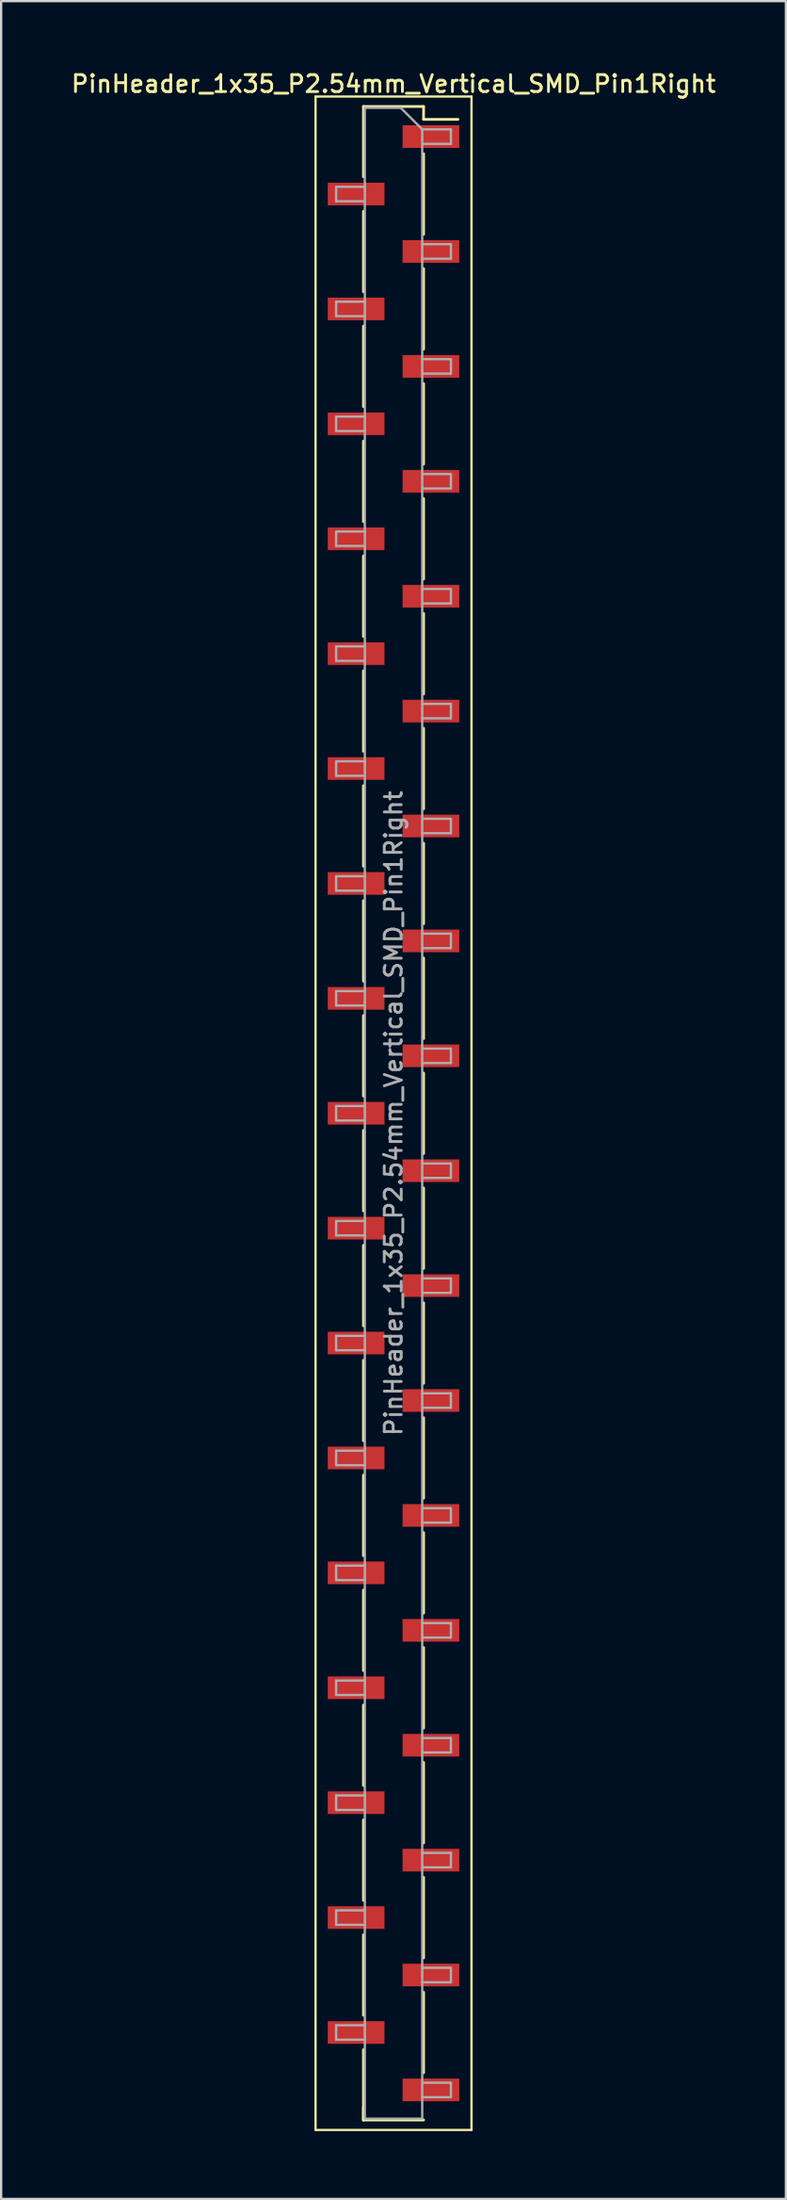
<source format=kicad_pcb>
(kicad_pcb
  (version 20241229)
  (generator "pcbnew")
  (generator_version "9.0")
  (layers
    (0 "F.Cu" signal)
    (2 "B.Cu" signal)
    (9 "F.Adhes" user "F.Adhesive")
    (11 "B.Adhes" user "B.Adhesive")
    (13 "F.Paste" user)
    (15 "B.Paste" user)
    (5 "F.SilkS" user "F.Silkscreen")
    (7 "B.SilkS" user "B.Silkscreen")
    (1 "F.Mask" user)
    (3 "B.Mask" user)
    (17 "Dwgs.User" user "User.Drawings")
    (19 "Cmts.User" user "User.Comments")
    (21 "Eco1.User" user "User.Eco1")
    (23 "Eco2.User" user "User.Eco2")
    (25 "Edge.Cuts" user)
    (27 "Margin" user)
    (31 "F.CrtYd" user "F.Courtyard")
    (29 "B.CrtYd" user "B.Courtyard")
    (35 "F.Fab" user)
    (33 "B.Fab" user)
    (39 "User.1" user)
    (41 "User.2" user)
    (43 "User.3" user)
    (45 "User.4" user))
  (footprint "PinHeader_1x35_P2.54mm_Vertical_SMD_Pin1Right"
    (layer "F.Cu")
    (at 14.363 46.168)
    (property "Reference" "PinHeader_1x35_P2.54mm_Vertical_SMD_Pin1Right" (at 0 -45.51 0) (layer "F.SilkS") (effects (font (size 0.75 0.75) (thickness 0.125))))
    (attr smd)
    (fp_line (start -3.45 -44.95) (end -3.45 44.95) (stroke (width 0.1) (type solid)) (layer "F.SilkS"))
    (fp_line (start -3.45 44.95) (end 3.45 44.95) (stroke (width 0.1) (type solid)) (layer "F.SilkS"))
    (fp_line (start -1.33 -44.51) (end -1.33 -41.4) (stroke (width 0.12) (type solid)) (layer "F.SilkS"))
    (fp_line (start -1.33 -44.51) (end 1.33 -44.51) (stroke (width 0.12) (type solid)) (layer "F.SilkS"))
    (fp_line (start -1.33 -39.88) (end -1.33 -36.32) (stroke (width 0.12) (type solid)) (layer "F.SilkS"))
    (fp_line (start -1.33 -34.8) (end -1.33 -31.24) (stroke (width 0.12) (type solid)) (layer "F.SilkS"))
    (fp_line (start -1.33 -29.72) (end -1.33 -26.16) (stroke (width 0.12) (type solid)) (layer "F.SilkS"))
    (fp_line (start -1.33 -24.64) (end -1.33 -21.08) (stroke (width 0.12) (type solid)) (layer "F.SilkS"))
    (fp_line (start -1.33 -19.56) (end -1.33 -16) (stroke (width 0.12) (type solid)) (layer "F.SilkS"))
    (fp_line (start -1.33 -14.48) (end -1.33 -10.92) (stroke (width 0.12) (type solid)) (layer "F.SilkS"))
    (fp_line (start -1.33 -9.4) (end -1.33 -5.84) (stroke (width 0.12) (type solid)) (layer "F.SilkS"))
    (fp_line (start -1.33 -4.32) (end -1.33 -0.76) (stroke (width 0.12) (type solid)) (layer "F.SilkS"))
    (fp_line (start -1.33 0.76) (end -1.33 4.32) (stroke (width 0.12) (type solid)) (layer "F.SilkS"))
    (fp_line (start -1.33 5.84) (end -1.33 9.4) (stroke (width 0.12) (type solid)) (layer "F.SilkS"))
    (fp_line (start -1.33 10.92) (end -1.33 14.48) (stroke (width 0.12) (type solid)) (layer "F.SilkS"))
    (fp_line (start -1.33 16) (end -1.33 19.56) (stroke (width 0.12) (type solid)) (layer "F.SilkS"))
    (fp_line (start -1.33 21.08) (end -1.33 24.64) (stroke (width 0.12) (type solid)) (layer "F.SilkS"))
    (fp_line (start -1.33 26.16) (end -1.33 29.72) (stroke (width 0.12) (type solid)) (layer "F.SilkS"))
    (fp_line (start -1.33 31.24) (end -1.33 34.8) (stroke (width 0.12) (type solid)) (layer "F.SilkS"))
    (fp_line (start -1.33 36.32) (end -1.33 39.88) (stroke (width 0.12) (type solid)) (layer "F.SilkS"))
    (fp_line (start -1.33 41.4) (end -1.33 44.51) (stroke (width 0.12) (type solid)) (layer "F.SilkS"))
    (fp_line (start -1.33 43.94) (end -1.33 44.51) (stroke (width 0.12) (type solid)) (layer "F.SilkS"))
    (fp_line (start -1.33 44.51) (end 1.33 44.51) (stroke (width 0.12) (type solid)) (layer "F.SilkS"))
    (fp_line (start 1.33 -44.51) (end 1.33 -43.94) (stroke (width 0.12) (type solid)) (layer "F.SilkS"))
    (fp_line (start 1.33 -43.94) (end 2.85 -43.94) (stroke (width 0.12) (type solid)) (layer "F.SilkS"))
    (fp_line (start 1.33 -42.42) (end 1.33 -38.86) (stroke (width 0.12) (type solid)) (layer "F.SilkS"))
    (fp_line (start 1.33 -37.34) (end 1.33 -33.78) (stroke (width 0.12) (type solid)) (layer "F.SilkS"))
    (fp_line (start 1.33 -32.26) (end 1.33 -28.7) (stroke (width 0.12) (type solid)) (layer "F.SilkS"))
    (fp_line (start 1.33 -27.18) (end 1.33 -23.62) (stroke (width 0.12) (type solid)) (layer "F.SilkS"))
    (fp_line (start 1.33 -22.1) (end 1.33 -18.54) (stroke (width 0.12) (type solid)) (layer "F.SilkS"))
    (fp_line (start 1.33 -17.02) (end 1.33 -13.46) (stroke (width 0.12) (type solid)) (layer "F.SilkS"))
    (fp_line (start 1.33 -11.94) (end 1.33 -8.38) (stroke (width 0.12) (type solid)) (layer "F.SilkS"))
    (fp_line (start 1.33 -6.86) (end 1.33 -3.3) (stroke (width 0.12) (type solid)) (layer "F.SilkS"))
    (fp_line (start 1.33 -1.78) (end 1.33 1.78) (stroke (width 0.12) (type solid)) (layer "F.SilkS"))
    (fp_line (start 1.33 3.3) (end 1.33 6.86) (stroke (width 0.12) (type solid)) (layer "F.SilkS"))
    (fp_line (start 1.33 8.38) (end 1.33 11.94) (stroke (width 0.12) (type solid)) (layer "F.SilkS"))
    (fp_line (start 1.33 13.46) (end 1.33 17.02) (stroke (width 0.12) (type solid)) (layer "F.SilkS"))
    (fp_line (start 1.33 18.54) (end 1.33 22.1) (stroke (width 0.12) (type solid)) (layer "F.SilkS"))
    (fp_line (start 1.33 23.62) (end 1.33 27.18) (stroke (width 0.12) (type solid)) (layer "F.SilkS"))
    (fp_line (start 1.33 28.7) (end 1.33 32.26) (stroke (width 0.12) (type solid)) (layer "F.SilkS"))
    (fp_line (start 1.33 33.78) (end 1.33 37.34) (stroke (width 0.12) (type solid)) (layer "F.SilkS"))
    (fp_line (start 1.33 38.86) (end 1.33 42.42) (stroke (width 0.12) (type solid)) (layer "F.SilkS"))
    (fp_line (start 3.45 -44.95) (end -3.45 -44.95) (stroke (width 0.1) (type solid)) (layer "F.SilkS"))
    (fp_line (start 3.45 44.95) (end 3.45 -44.95) (stroke (width 0.1) (type solid)) (layer "F.SilkS"))
    (fp_line (start -2.54 -40.96) (end -2.54 -40.32) (stroke (width 0.1) (type solid)) (layer "F.Fab"))
    (fp_line (start -2.54 -40.32) (end -1.27 -40.32) (stroke (width 0.1) (type solid)) (layer "F.Fab"))
    (fp_line (start -2.54 -35.88) (end -2.54 -35.24) (stroke (width 0.1) (type solid)) (layer "F.Fab"))
    (fp_line (start -2.54 -35.24) (end -1.27 -35.24) (stroke (width 0.1) (type solid)) (layer "F.Fab"))
    (fp_line (start -2.54 -30.8) (end -2.54 -30.16) (stroke (width 0.1) (type solid)) (layer "F.Fab"))
    (fp_line (start -2.54 -30.16) (end -1.27 -30.16) (stroke (width 0.1) (type solid)) (layer "F.Fab"))
    (fp_line (start -2.54 -25.72) (end -2.54 -25.08) (stroke (width 0.1) (type solid)) (layer "F.Fab"))
    (fp_line (start -2.54 -25.08) (end -1.27 -25.08) (stroke (width 0.1) (type solid)) (layer "F.Fab"))
    (fp_line (start -2.54 -20.64) (end -2.54 -20) (stroke (width 0.1) (type solid)) (layer "F.Fab"))
    (fp_line (start -2.54 -20) (end -1.27 -20) (stroke (width 0.1) (type solid)) (layer "F.Fab"))
    (fp_line (start -2.54 -15.56) (end -2.54 -14.92) (stroke (width 0.1) (type solid)) (layer "F.Fab"))
    (fp_line (start -2.54 -14.92) (end -1.27 -14.92) (stroke (width 0.1) (type solid)) (layer "F.Fab"))
    (fp_line (start -2.54 -10.48) (end -2.54 -9.84) (stroke (width 0.1) (type solid)) (layer "F.Fab"))
    (fp_line (start -2.54 -9.84) (end -1.27 -9.84) (stroke (width 0.1) (type solid)) (layer "F.Fab"))
    (fp_line (start -2.54 -5.4) (end -2.54 -4.76) (stroke (width 0.1) (type solid)) (layer "F.Fab"))
    (fp_line (start -2.54 -4.76) (end -1.27 -4.76) (stroke (width 0.1) (type solid)) (layer "F.Fab"))
    (fp_line (start -2.54 -0.32) (end -2.54 0.32) (stroke (width 0.1) (type solid)) (layer "F.Fab"))
    (fp_line (start -2.54 0.32) (end -1.27 0.32) (stroke (width 0.1) (type solid)) (layer "F.Fab"))
    (fp_line (start -2.54 4.76) (end -2.54 5.4) (stroke (width 0.1) (type solid)) (layer "F.Fab"))
    (fp_line (start -2.54 5.4) (end -1.27 5.4) (stroke (width 0.1) (type solid)) (layer "F.Fab"))
    (fp_line (start -2.54 9.84) (end -2.54 10.48) (stroke (width 0.1) (type solid)) (layer "F.Fab"))
    (fp_line (start -2.54 10.48) (end -1.27 10.48) (stroke (width 0.1) (type solid)) (layer "F.Fab"))
    (fp_line (start -2.54 14.92) (end -2.54 15.56) (stroke (width 0.1) (type solid)) (layer "F.Fab"))
    (fp_line (start -2.54 15.56) (end -1.27 15.56) (stroke (width 0.1) (type solid)) (layer "F.Fab"))
    (fp_line (start -2.54 20) (end -2.54 20.64) (stroke (width 0.1) (type solid)) (layer "F.Fab"))
    (fp_line (start -2.54 20.64) (end -1.27 20.64) (stroke (width 0.1) (type solid)) (layer "F.Fab"))
    (fp_line (start -2.54 25.08) (end -2.54 25.72) (stroke (width 0.1) (type solid)) (layer "F.Fab"))
    (fp_line (start -2.54 25.72) (end -1.27 25.72) (stroke (width 0.1) (type solid)) (layer "F.Fab"))
    (fp_line (start -2.54 30.16) (end -2.54 30.8) (stroke (width 0.1) (type solid)) (layer "F.Fab"))
    (fp_line (start -2.54 30.8) (end -1.27 30.8) (stroke (width 0.1) (type solid)) (layer "F.Fab"))
    (fp_line (start -2.54 35.24) (end -2.54 35.88) (stroke (width 0.1) (type solid)) (layer "F.Fab"))
    (fp_line (start -2.54 35.88) (end -1.27 35.88) (stroke (width 0.1) (type solid)) (layer "F.Fab"))
    (fp_line (start -2.54 40.32) (end -2.54 40.96) (stroke (width 0.1) (type solid)) (layer "F.Fab"))
    (fp_line (start -2.54 40.96) (end -1.27 40.96) (stroke (width 0.1) (type solid)) (layer "F.Fab"))
    (fp_line (start -1.27 -44.45) (end -1.27 44.45) (stroke (width 0.1) (type solid)) (layer "F.Fab"))
    (fp_line (start -1.27 -44.45) (end 0.32 -44.45) (stroke (width 0.1) (type solid)) (layer "F.Fab"))
    (fp_line (start -1.27 -40.96) (end -2.54 -40.96) (stroke (width 0.1) (type solid)) (layer "F.Fab"))
    (fp_line (start -1.27 -35.88) (end -2.54 -35.88) (stroke (width 0.1) (type solid)) (layer "F.Fab"))
    (fp_line (start -1.27 -30.8) (end -2.54 -30.8) (stroke (width 0.1) (type solid)) (layer "F.Fab"))
    (fp_line (start -1.27 -25.72) (end -2.54 -25.72) (stroke (width 0.1) (type solid)) (layer "F.Fab"))
    (fp_line (start -1.27 -20.64) (end -2.54 -20.64) (stroke (width 0.1) (type solid)) (layer "F.Fab"))
    (fp_line (start -1.27 -15.56) (end -2.54 -15.56) (stroke (width 0.1) (type solid)) (layer "F.Fab"))
    (fp_line (start -1.27 -10.48) (end -2.54 -10.48) (stroke (width 0.1) (type solid)) (layer "F.Fab"))
    (fp_line (start -1.27 -5.4) (end -2.54 -5.4) (stroke (width 0.1) (type solid)) (layer "F.Fab"))
    (fp_line (start -1.27 -0.32) (end -2.54 -0.32) (stroke (width 0.1) (type solid)) (layer "F.Fab"))
    (fp_line (start -1.27 4.76) (end -2.54 4.76) (stroke (width 0.1) (type solid)) (layer "F.Fab"))
    (fp_line (start -1.27 9.84) (end -2.54 9.84) (stroke (width 0.1) (type solid)) (layer "F.Fab"))
    (fp_line (start -1.27 14.92) (end -2.54 14.92) (stroke (width 0.1) (type solid)) (layer "F.Fab"))
    (fp_line (start -1.27 20) (end -2.54 20) (stroke (width 0.1) (type solid)) (layer "F.Fab"))
    (fp_line (start -1.27 25.08) (end -2.54 25.08) (stroke (width 0.1) (type solid)) (layer "F.Fab"))
    (fp_line (start -1.27 30.16) (end -2.54 30.16) (stroke (width 0.1) (type solid)) (layer "F.Fab"))
    (fp_line (start -1.27 35.24) (end -2.54 35.24) (stroke (width 0.1) (type solid)) (layer "F.Fab"))
    (fp_line (start -1.27 40.32) (end -2.54 40.32) (stroke (width 0.1) (type solid)) (layer "F.Fab"))
    (fp_line (start 1.27 -43.5) (end 0.32 -44.45) (stroke (width 0.1) (type solid)) (layer "F.Fab"))
    (fp_line (start 1.27 -43.5) (end 2.54 -43.5) (stroke (width 0.1) (type solid)) (layer "F.Fab"))
    (fp_line (start 1.27 -38.42) (end 2.54 -38.42) (stroke (width 0.1) (type solid)) (layer "F.Fab"))
    (fp_line (start 1.27 -33.34) (end 2.54 -33.34) (stroke (width 0.1) (type solid)) (layer "F.Fab"))
    (fp_line (start 1.27 -28.26) (end 2.54 -28.26) (stroke (width 0.1) (type solid)) (layer "F.Fab"))
    (fp_line (start 1.27 -23.18) (end 2.54 -23.18) (stroke (width 0.1) (type solid)) (layer "F.Fab"))
    (fp_line (start 1.27 -18.1) (end 2.54 -18.1) (stroke (width 0.1) (type solid)) (layer "F.Fab"))
    (fp_line (start 1.27 -13.02) (end 2.54 -13.02) (stroke (width 0.1) (type solid)) (layer "F.Fab"))
    (fp_line (start 1.27 -7.94) (end 2.54 -7.94) (stroke (width 0.1) (type solid)) (layer "F.Fab"))
    (fp_line (start 1.27 -2.86) (end 2.54 -2.86) (stroke (width 0.1) (type solid)) (layer "F.Fab"))
    (fp_line (start 1.27 2.22) (end 2.54 2.22) (stroke (width 0.1) (type solid)) (layer "F.Fab"))
    (fp_line (start 1.27 7.3) (end 2.54 7.3) (stroke (width 0.1) (type solid)) (layer "F.Fab"))
    (fp_line (start 1.27 12.38) (end 2.54 12.38) (stroke (width 0.1) (type solid)) (layer "F.Fab"))
    (fp_line (start 1.27 17.46) (end 2.54 17.46) (stroke (width 0.1) (type solid)) (layer "F.Fab"))
    (fp_line (start 1.27 22.54) (end 2.54 22.54) (stroke (width 0.1) (type solid)) (layer "F.Fab"))
    (fp_line (start 1.27 27.62) (end 2.54 27.62) (stroke (width 0.1) (type solid)) (layer "F.Fab"))
    (fp_line (start 1.27 32.7) (end 2.54 32.7) (stroke (width 0.1) (type solid)) (layer "F.Fab"))
    (fp_line (start 1.27 37.78) (end 2.54 37.78) (stroke (width 0.1) (type solid)) (layer "F.Fab"))
    (fp_line (start 1.27 42.86) (end 2.54 42.86) (stroke (width 0.1) (type solid)) (layer "F.Fab"))
    (fp_line (start 1.27 44.45) (end -1.27 44.45) (stroke (width 0.1) (type solid)) (layer "F.Fab"))
    (fp_line (start 1.27 44.45) (end 1.27 -43.5) (stroke (width 0.1) (type solid)) (layer "F.Fab"))
    (fp_line (start 2.54 -43.5) (end 2.54 -42.86) (stroke (width 0.1) (type solid)) (layer "F.Fab"))
    (fp_line (start 2.54 -42.86) (end 1.27 -42.86) (stroke (width 0.1) (type solid)) (layer "F.Fab"))
    (fp_line (start 2.54 -38.42) (end 2.54 -37.78) (stroke (width 0.1) (type solid)) (layer "F.Fab"))
    (fp_line (start 2.54 -37.78) (end 1.27 -37.78) (stroke (width 0.1) (type solid)) (layer "F.Fab"))
    (fp_line (start 2.54 -33.34) (end 2.54 -32.7) (stroke (width 0.1) (type solid)) (layer "F.Fab"))
    (fp_line (start 2.54 -32.7) (end 1.27 -32.7) (stroke (width 0.1) (type solid)) (layer "F.Fab"))
    (fp_line (start 2.54 -28.26) (end 2.54 -27.62) (stroke (width 0.1) (type solid)) (layer "F.Fab"))
    (fp_line (start 2.54 -27.62) (end 1.27 -27.62) (stroke (width 0.1) (type solid)) (layer "F.Fab"))
    (fp_line (start 2.54 -23.18) (end 2.54 -22.54) (stroke (width 0.1) (type solid)) (layer "F.Fab"))
    (fp_line (start 2.54 -22.54) (end 1.27 -22.54) (stroke (width 0.1) (type solid)) (layer "F.Fab"))
    (fp_line (start 2.54 -18.1) (end 2.54 -17.46) (stroke (width 0.1) (type solid)) (layer "F.Fab"))
    (fp_line (start 2.54 -17.46) (end 1.27 -17.46) (stroke (width 0.1) (type solid)) (layer "F.Fab"))
    (fp_line (start 2.54 -13.02) (end 2.54 -12.38) (stroke (width 0.1) (type solid)) (layer "F.Fab"))
    (fp_line (start 2.54 -12.38) (end 1.27 -12.38) (stroke (width 0.1) (type solid)) (layer "F.Fab"))
    (fp_line (start 2.54 -7.94) (end 2.54 -7.3) (stroke (width 0.1) (type solid)) (layer "F.Fab"))
    (fp_line (start 2.54 -7.3) (end 1.27 -7.3) (stroke (width 0.1) (type solid)) (layer "F.Fab"))
    (fp_line (start 2.54 -2.86) (end 2.54 -2.22) (stroke (width 0.1) (type solid)) (layer "F.Fab"))
    (fp_line (start 2.54 -2.22) (end 1.27 -2.22) (stroke (width 0.1) (type solid)) (layer "F.Fab"))
    (fp_line (start 2.54 2.22) (end 2.54 2.86) (stroke (width 0.1) (type solid)) (layer "F.Fab"))
    (fp_line (start 2.54 2.86) (end 1.27 2.86) (stroke (width 0.1) (type solid)) (layer "F.Fab"))
    (fp_line (start 2.54 7.3) (end 2.54 7.94) (stroke (width 0.1) (type solid)) (layer "F.Fab"))
    (fp_line (start 2.54 7.94) (end 1.27 7.94) (stroke (width 0.1) (type solid)) (layer "F.Fab"))
    (fp_line (start 2.54 12.38) (end 2.54 13.02) (stroke (width 0.1) (type solid)) (layer "F.Fab"))
    (fp_line (start 2.54 13.02) (end 1.27 13.02) (stroke (width 0.1) (type solid)) (layer "F.Fab"))
    (fp_line (start 2.54 17.46) (end 2.54 18.1) (stroke (width 0.1) (type solid)) (layer "F.Fab"))
    (fp_line (start 2.54 18.1) (end 1.27 18.1) (stroke (width 0.1) (type solid)) (layer "F.Fab"))
    (fp_line (start 2.54 22.54) (end 2.54 23.18) (stroke (width 0.1) (type solid)) (layer "F.Fab"))
    (fp_line (start 2.54 23.18) (end 1.27 23.18) (stroke (width 0.1) (type solid)) (layer "F.Fab"))
    (fp_line (start 2.54 27.62) (end 2.54 28.26) (stroke (width 0.1) (type solid)) (layer "F.Fab"))
    (fp_line (start 2.54 28.26) (end 1.27 28.26) (stroke (width 0.1) (type solid)) (layer "F.Fab"))
    (fp_line (start 2.54 32.7) (end 2.54 33.34) (stroke (width 0.1) (type solid)) (layer "F.Fab"))
    (fp_line (start 2.54 33.34) (end 1.27 33.34) (stroke (width 0.1) (type solid)) (layer "F.Fab"))
    (fp_line (start 2.54 37.78) (end 2.54 38.42) (stroke (width 0.1) (type solid)) (layer "F.Fab"))
    (fp_line (start 2.54 38.42) (end 1.27 38.42) (stroke (width 0.1) (type solid)) (layer "F.Fab"))
    (fp_line (start 2.54 42.86) (end 2.54 43.5) (stroke (width 0.1) (type solid)) (layer "F.Fab"))
    (fp_line (start 2.54 43.5) (end 1.27 43.5) (stroke (width 0.1) (type solid)) (layer "F.Fab"))
    (fp_text user "${REFERENCE}" (at 0 0 90) (layer "F.Fab") (effects (font (size 0.75 0.75) (thickness 0.125))))
    (pad "1" smd rect (at 1.655 -43.18) (size 2.51 1) (layers "F.Cu" "F.Mask" "F.Paste"))
    (pad "2" smd rect (at -1.655 -40.64) (size 2.51 1) (layers "F.Cu" "F.Mask" "F.Paste"))
    (pad "3" smd rect (at 1.655 -38.1) (size 2.51 1) (layers "F.Cu" "F.Mask" "F.Paste"))
    (pad "4" smd rect (at -1.655 -35.56) (size 2.51 1) (layers "F.Cu" "F.Mask" "F.Paste"))
    (pad "5" smd rect (at 1.655 -33.02) (size 2.51 1) (layers "F.Cu" "F.Mask" "F.Paste"))
    (pad "6" smd rect (at -1.655 -30.48) (size 2.51 1) (layers "F.Cu" "F.Mask" "F.Paste"))
    (pad "7" smd rect (at 1.655 -27.94) (size 2.51 1) (layers "F.Cu" "F.Mask" "F.Paste"))
    (pad "8" smd rect (at -1.655 -25.4) (size 2.51 1) (layers "F.Cu" "F.Mask" "F.Paste"))
    (pad "9" smd rect (at 1.655 -22.86) (size 2.51 1) (layers "F.Cu" "F.Mask" "F.Paste"))
    (pad "10" smd rect (at -1.655 -20.32) (size 2.51 1) (layers "F.Cu" "F.Mask" "F.Paste"))
    (pad "11" smd rect (at 1.655 -17.78) (size 2.51 1) (layers "F.Cu" "F.Mask" "F.Paste"))
    (pad "12" smd rect (at -1.655 -15.24) (size 2.51 1) (layers "F.Cu" "F.Mask" "F.Paste"))
    (pad "13" smd rect (at 1.655 -12.7) (size 2.51 1) (layers "F.Cu" "F.Mask" "F.Paste"))
    (pad "14" smd rect (at -1.655 -10.16) (size 2.51 1) (layers "F.Cu" "F.Mask" "F.Paste"))
    (pad "15" smd rect (at 1.655 -7.62) (size 2.51 1) (layers "F.Cu" "F.Mask" "F.Paste"))
    (pad "16" smd rect (at -1.655 -5.08) (size 2.51 1) (layers "F.Cu" "F.Mask" "F.Paste"))
    (pad "17" smd rect (at 1.655 -2.54) (size 2.51 1) (layers "F.Cu" "F.Mask" "F.Paste"))
    (pad "18" smd rect (at -1.655 0) (size 2.51 1) (layers "F.Cu" "F.Mask" "F.Paste"))
    (pad "19" smd rect (at 1.655 2.54) (size 2.51 1) (layers "F.Cu" "F.Mask" "F.Paste"))
    (pad "20" smd rect (at -1.655 5.08) (size 2.51 1) (layers "F.Cu" "F.Mask" "F.Paste"))
    (pad "21" smd rect (at 1.655 7.62) (size 2.51 1) (layers "F.Cu" "F.Mask" "F.Paste"))
    (pad "22" smd rect (at -1.655 10.16) (size 2.51 1) (layers "F.Cu" "F.Mask" "F.Paste"))
    (pad "23" smd rect (at 1.655 12.7) (size 2.51 1) (layers "F.Cu" "F.Mask" "F.Paste"))
    (pad "24" smd rect (at -1.655 15.24) (size 2.51 1) (layers "F.Cu" "F.Mask" "F.Paste"))
    (pad "25" smd rect (at 1.655 17.78) (size 2.51 1) (layers "F.Cu" "F.Mask" "F.Paste"))
    (pad "26" smd rect (at -1.655 20.32) (size 2.51 1) (layers "F.Cu" "F.Mask" "F.Paste"))
    (pad "27" smd rect (at 1.655 22.86) (size 2.51 1) (layers "F.Cu" "F.Mask" "F.Paste"))
    (pad "28" smd rect (at -1.655 25.4) (size 2.51 1) (layers "F.Cu" "F.Mask" "F.Paste"))
    (pad "29" smd rect (at 1.655 27.94) (size 2.51 1) (layers "F.Cu" "F.Mask" "F.Paste"))
    (pad "30" smd rect (at -1.655 30.48) (size 2.51 1) (layers "F.Cu" "F.Mask" "F.Paste"))
    (pad "31" smd rect (at 1.655 33.02) (size 2.51 1) (layers "F.Cu" "F.Mask" "F.Paste"))
    (pad "32" smd rect (at -1.655 35.56) (size 2.51 1) (layers "F.Cu" "F.Mask" "F.Paste"))
    (pad "33" smd rect (at 1.655 38.1) (size 2.51 1) (layers "F.Cu" "F.Mask" "F.Paste"))
    (pad "34" smd rect (at -1.655 40.64) (size 2.51 1) (layers "F.Cu" "F.Mask" "F.Paste"))
    (pad "35" smd rect (at 1.655 43.18) (size 2.51 1) (layers "F.Cu" "F.Mask" "F.Paste")))
  (gr_rect
    (start -3 -3)
    (end 31.725 94.168)
    (stroke (width 0.1) (type default))
    (fill no)
    (layer "Edge.Cuts")))
</source>
